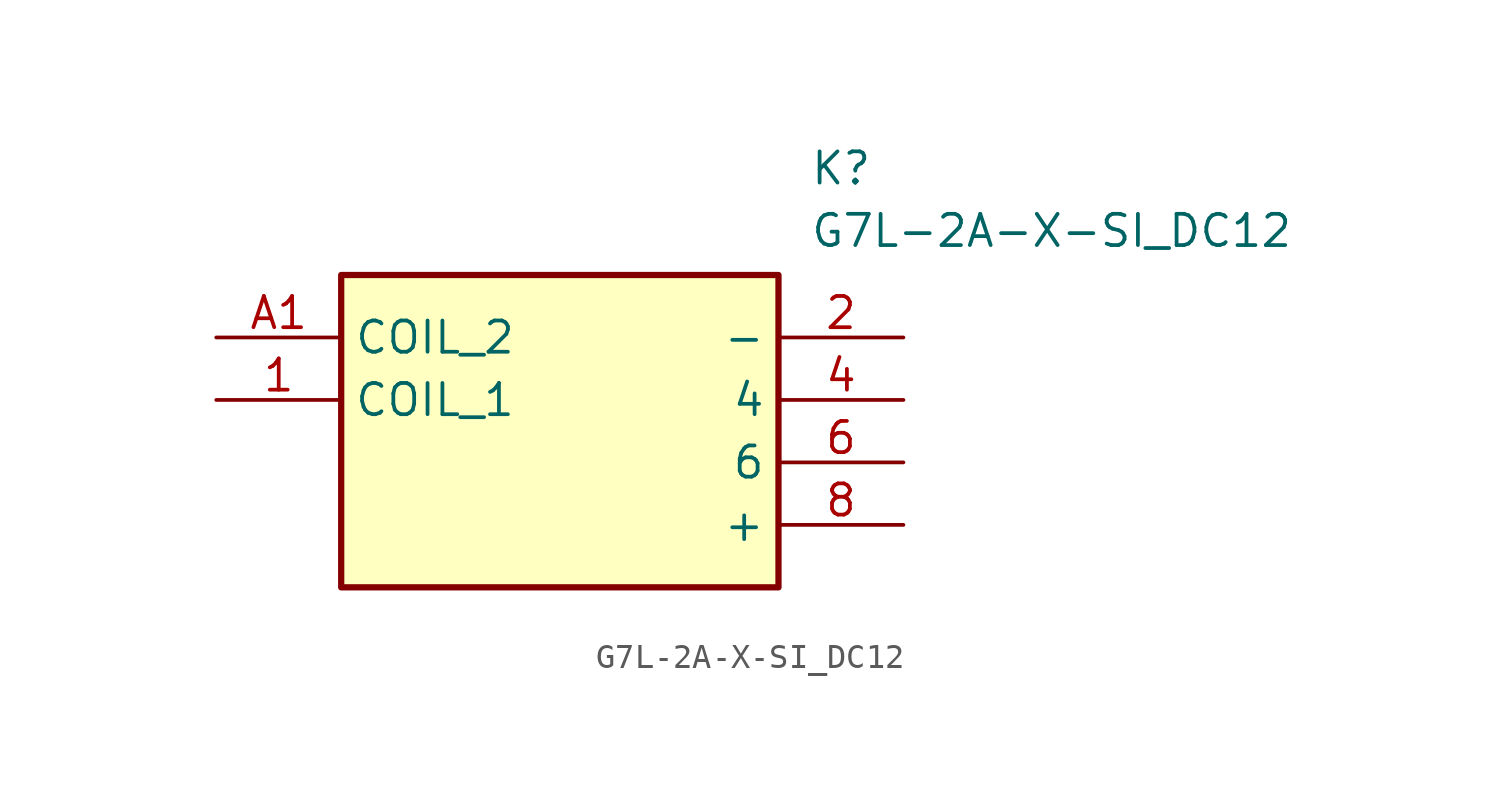
<source format=kicad_sym>
(kicad_symbol_lib
  (version 20211014)
  (generator SamacSys_ECAD_Model)
  (symbol "G7L-2A-X-SI_DC12"
    (property "Reference" "K"
      (at 24.13 7.62 0)
      (effects (font (size 1.27 1.27)) (justify left top)))
    (property "Value" "G7L-2A-X-SI_DC12"
      (at 24.13 5.08 0)
      (effects (font (size 1.27 1.27)) (justify left top)))
    (rectangle
      (start 5.08 2.54)
      (end 22.86 -10.16)
      (stroke (width 0.254) (type default))
      (fill (type background)))
    (pin passive line
      (at 0 -2.54 0)
      (length 5.08)
      (name "COIL_1" (effects (font (size 1.27 1.27))))
      (number "1" (effects (font (size 1.27 1.27)))))
    (pin passive line
      (at 27.94 0 180)
      (length 5.08)
      (name "-" (effects (font (size 1.27 1.27))))
      (number "2" (effects (font (size 1.27 1.27)))))
    (pin passive line
      (at 27.94 -2.54 180)
      (length 5.08)
      (name "4" (effects (font (size 1.27 1.27))))
      (number "4" (effects (font (size 1.27 1.27)))))
    (pin passive line
      (at 27.94 -5.08 180)
      (length 5.08)
      (name "6" (effects (font (size 1.27 1.27))))
      (number "6" (effects (font (size 1.27 1.27)))))
    (pin passive line
      (at 27.94 -7.62 180)
      (length 5.08)
      (name "+" (effects (font (size 1.27 1.27))))
      (number "8" (effects (font (size 1.27 1.27)))))
    (pin passive line
      (at 0 0 0)
      (length 5.08)
      (name "COIL_2" (effects (font (size 1.27 1.27))))
      (number "A1" (effects (font (size 1.27 1.27)))))))
</source>
